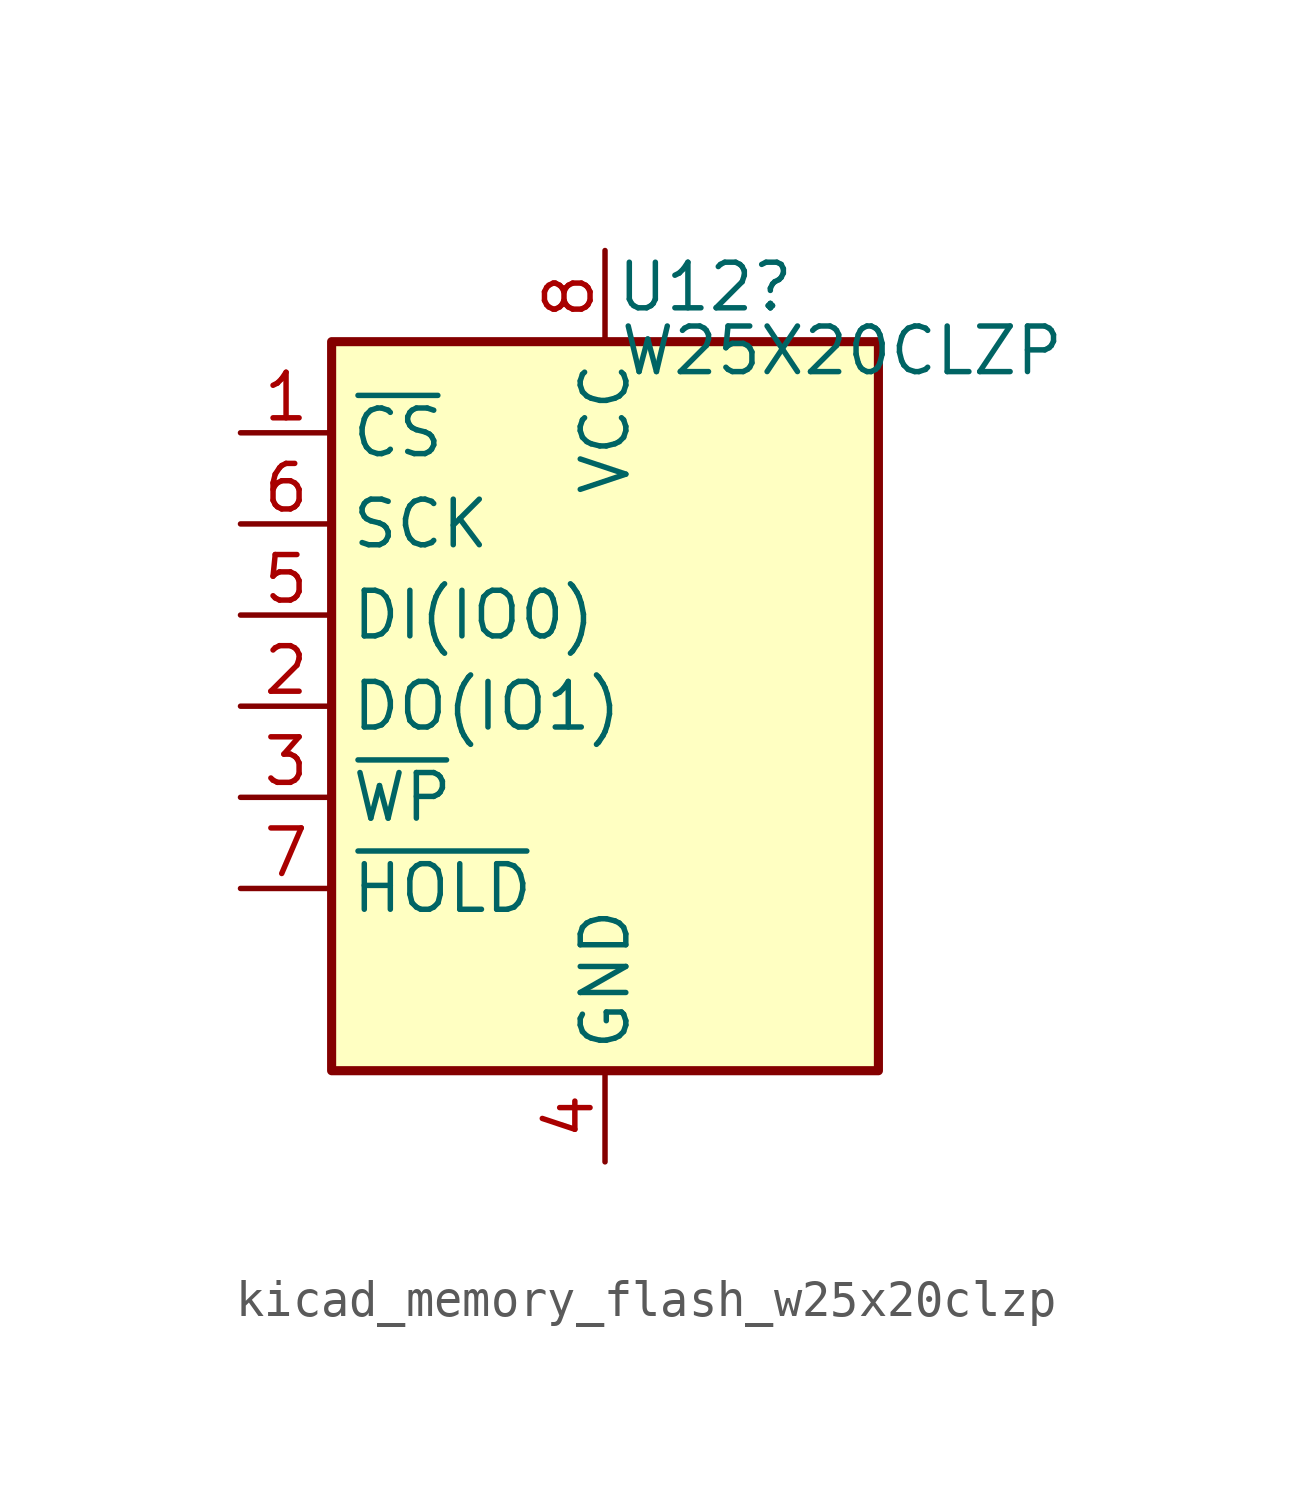
<source format=kicad_sym>
(kicad_symbol_lib
  (version 20220914)
  (generator kicad_symbol_editor)
  (symbol "kicad_memory_flash_w25x20clzp"
    (property "Reference" "U12"
      (at 2.794 11.684 0)
      (effects (font (size 1.27 1.27))))
    (property "Value" "W25X20CLZP"
      (at 6.604 9.906 0)
      (effects (font (size 1.27 1.27))))
    (symbol "kicad_memory_flash_w25x20clzp_0_1"
      (rectangle (start -7.62 10.16) (end 7.62 -10.16) (stroke (width 0.254) (type default)) (fill (type background))))
    (symbol "kicad_memory_flash_w25x20clzp_1_1"
      (pin input line (at -10.16 7.62 0) (length 2.54) (name "~{CS}" (effects (font (size 1.27 1.27)))) (number "1" (effects (font (size 1.27 1.27)))))
      (pin bidirectional line (at -10.16 0 0) (length 2.54) (name "DO(IO1)" (effects (font (size 1.27 1.27)))) (number "2" (effects (font (size 1.27 1.27)))))
      (pin bidirectional line (at -10.16 -2.54 0) (length 2.54) (name "~{WP}" (effects (font (size 1.27 1.27)))) (number "3" (effects (font (size 1.27 1.27)))))
      (pin power_in line (at 0 -12.7 90) (length 2.54) (name "GND" (effects (font (size 1.27 1.27)))) (number "4" (effects (font (size 1.27 1.27)))))
      (pin bidirectional line (at -10.16 2.54 0) (length 2.54) (name "DI(IO0)" (effects (font (size 1.27 1.27)))) (number "5" (effects (font (size 1.27 1.27)))))
      (pin input line (at -10.16 5.08 0) (length 2.54) (name "SCK" (effects (font (size 1.27 1.27)))) (number "6" (effects (font (size 1.27 1.27)))))
      (pin bidirectional line (at -10.16 -5.08 0) (length 2.54) (name "~{HOLD}" (effects (font (size 1.27 1.27)))) (number "7" (effects (font (size 1.27 1.27)))))
      (pin power_in line (at 0 12.7 270) (length 2.54) (name "VCC" (effects (font (size 1.27 1.27)))) (number "8" (effects (font (size 1.27 1.27))))))))
</source>
